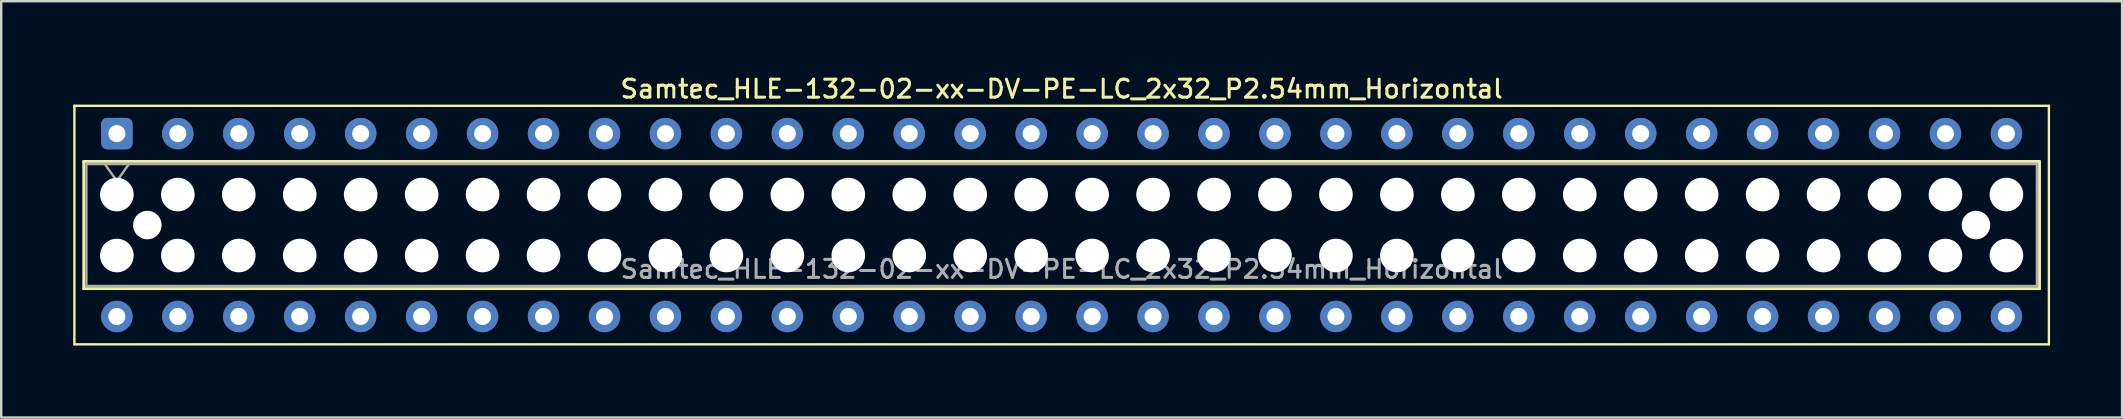
<source format=kicad_pcb>
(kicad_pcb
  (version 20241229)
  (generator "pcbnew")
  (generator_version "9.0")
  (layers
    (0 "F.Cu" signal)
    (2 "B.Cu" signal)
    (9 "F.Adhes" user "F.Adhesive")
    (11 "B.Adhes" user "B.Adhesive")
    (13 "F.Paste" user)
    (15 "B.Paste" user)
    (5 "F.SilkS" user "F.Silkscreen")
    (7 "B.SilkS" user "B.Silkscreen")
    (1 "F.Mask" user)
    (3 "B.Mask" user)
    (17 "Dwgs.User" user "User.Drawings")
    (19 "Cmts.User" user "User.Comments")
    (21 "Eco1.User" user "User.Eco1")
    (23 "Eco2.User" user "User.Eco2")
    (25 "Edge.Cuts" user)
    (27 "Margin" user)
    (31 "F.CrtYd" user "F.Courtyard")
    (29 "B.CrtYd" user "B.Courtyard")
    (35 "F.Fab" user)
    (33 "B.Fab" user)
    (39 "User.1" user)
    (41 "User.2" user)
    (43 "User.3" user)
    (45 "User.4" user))
  (footprint "Samtec_HLE-132-02-xx-DV-PE-LC_2x32_P2.54mm_Horizontal"
    (layer "F.Cu")
    (at 1.82 2.518)
    (property "Reference" "Samtec_HLE-132-02-xx-DV-PE-LC_2x32_P2.54mm_Horizontal" (at 39.37 -1.86 0) (layer "F.SilkS") (effects (font (size 0.75 0.75) (thickness 0.125))))
    (attr through_hole)
    (fp_line (start -1.77 -1.16) (end 80.51 -1.16) (stroke (width 0.1) (type solid)) (layer "F.SilkS"))
    (fp_line (start -1.77 8.78) (end -1.77 -1.16) (stroke (width 0.1) (type solid)) (layer "F.SilkS"))
    (fp_line (start -1.38 1.16) (end 80.12 1.16) (stroke (width 0.12) (type solid)) (layer "F.SilkS"))
    (fp_line (start -1.38 6.46) (end -1.38 1.16) (stroke (width 0.12) (type solid)) (layer "F.SilkS"))
    (fp_line (start 80.12 1.16) (end 80.12 6.46) (stroke (width 0.12) (type solid)) (layer "F.SilkS"))
    (fp_line (start 80.12 6.46) (end -1.38 6.46) (stroke (width 0.12) (type solid)) (layer "F.SilkS"))
    (fp_line (start 80.51 -1.16) (end 80.51 8.78) (stroke (width 0.1) (type solid)) (layer "F.SilkS"))
    (fp_line (start 80.51 8.78) (end -1.77 8.78) (stroke (width 0.1) (type solid)) (layer "F.SilkS"))
    (fp_line (start -1.27 1.27) (end 80.01 1.27) (stroke (width 0.1) (type solid)) (layer "F.Fab"))
    (fp_line (start -1.27 6.35) (end -1.27 1.27) (stroke (width 0.1) (type solid)) (layer "F.Fab"))
    (fp_line (start -0.5 1.27) (end 0 1.977) (stroke (width 0.1) (type solid)) (layer "F.Fab"))
    (fp_line (start 0 1.977) (end 0.5 1.27) (stroke (width 0.1) (type solid)) (layer "F.Fab"))
    (fp_line (start 80.01 1.27) (end 80.01 6.35) (stroke (width 0.1) (type solid)) (layer "F.Fab"))
    (fp_line (start 80.01 6.35) (end -1.27 6.35) (stroke (width 0.1) (type solid)) (layer "F.Fab"))
    (fp_text user "${REFERENCE}" (at 39.37 5.65 0) (layer "F.Fab") (effects (font (size 0.75 0.75) (thickness 0.125))))
    (pad "" np_thru_hole circle (at 0 2.54) (size 1.4 1.4) (drill 1.4) (layers "*.Cu" "*.Mask"))
    (pad "" np_thru_hole circle (at 0 5.08) (size 1.4 1.4) (drill 1.4) (layers "*.Cu" "*.Mask"))
    (pad "" np_thru_hole circle (at 1.27 3.81) (size 1.19 1.19) (drill 1.19) (layers "*.Cu" "*.Mask"))
    (pad "" np_thru_hole circle (at 2.54 2.54) (size 1.4 1.4) (drill 1.4) (layers "*.Cu" "*.Mask"))
    (pad "" np_thru_hole circle (at 2.54 5.08) (size 1.4 1.4) (drill 1.4) (layers "*.Cu" "*.Mask"))
    (pad "" np_thru_hole circle (at 5.08 2.54) (size 1.4 1.4) (drill 1.4) (layers "*.Cu" "*.Mask"))
    (pad "" np_thru_hole circle (at 5.08 5.08) (size 1.4 1.4) (drill 1.4) (layers "*.Cu" "*.Mask"))
    (pad "" np_thru_hole circle (at 7.62 2.54) (size 1.4 1.4) (drill 1.4) (layers "*.Cu" "*.Mask"))
    (pad "" np_thru_hole circle (at 7.62 5.08) (size 1.4 1.4) (drill 1.4) (layers "*.Cu" "*.Mask"))
    (pad "" np_thru_hole circle (at 10.16 2.54) (size 1.4 1.4) (drill 1.4) (layers "*.Cu" "*.Mask"))
    (pad "" np_thru_hole circle (at 10.16 5.08) (size 1.4 1.4) (drill 1.4) (layers "*.Cu" "*.Mask"))
    (pad "" np_thru_hole circle (at 12.7 2.54) (size 1.4 1.4) (drill 1.4) (layers "*.Cu" "*.Mask"))
    (pad "" np_thru_hole circle (at 12.7 5.08) (size 1.4 1.4) (drill 1.4) (layers "*.Cu" "*.Mask"))
    (pad "" np_thru_hole circle (at 15.24 2.54) (size 1.4 1.4) (drill 1.4) (layers "*.Cu" "*.Mask"))
    (pad "" np_thru_hole circle (at 15.24 5.08) (size 1.4 1.4) (drill 1.4) (layers "*.Cu" "*.Mask"))
    (pad "" np_thru_hole circle (at 17.78 2.54) (size 1.4 1.4) (drill 1.4) (layers "*.Cu" "*.Mask"))
    (pad "" np_thru_hole circle (at 17.78 5.08) (size 1.4 1.4) (drill 1.4) (layers "*.Cu" "*.Mask"))
    (pad "" np_thru_hole circle (at 20.32 2.54) (size 1.4 1.4) (drill 1.4) (layers "*.Cu" "*.Mask"))
    (pad "" np_thru_hole circle (at 20.32 5.08) (size 1.4 1.4) (drill 1.4) (layers "*.Cu" "*.Mask"))
    (pad "" np_thru_hole circle (at 22.86 2.54) (size 1.4 1.4) (drill 1.4) (layers "*.Cu" "*.Mask"))
    (pad "" np_thru_hole circle (at 22.86 5.08) (size 1.4 1.4) (drill 1.4) (layers "*.Cu" "*.Mask"))
    (pad "" np_thru_hole circle (at 25.4 2.54) (size 1.4 1.4) (drill 1.4) (layers "*.Cu" "*.Mask"))
    (pad "" np_thru_hole circle (at 25.4 5.08) (size 1.4 1.4) (drill 1.4) (layers "*.Cu" "*.Mask"))
    (pad "" np_thru_hole circle (at 27.94 2.54) (size 1.4 1.4) (drill 1.4) (layers "*.Cu" "*.Mask"))
    (pad "" np_thru_hole circle (at 27.94 5.08) (size 1.4 1.4) (drill 1.4) (layers "*.Cu" "*.Mask"))
    (pad "" np_thru_hole circle (at 30.48 2.54) (size 1.4 1.4) (drill 1.4) (layers "*.Cu" "*.Mask"))
    (pad "" np_thru_hole circle (at 30.48 5.08) (size 1.4 1.4) (drill 1.4) (layers "*.Cu" "*.Mask"))
    (pad "" np_thru_hole circle (at 33.02 2.54) (size 1.4 1.4) (drill 1.4) (layers "*.Cu" "*.Mask"))
    (pad "" np_thru_hole circle (at 33.02 5.08) (size 1.4 1.4) (drill 1.4) (layers "*.Cu" "*.Mask"))
    (pad "" np_thru_hole circle (at 35.56 2.54) (size 1.4 1.4) (drill 1.4) (layers "*.Cu" "*.Mask"))
    (pad "" np_thru_hole circle (at 35.56 5.08) (size 1.4 1.4) (drill 1.4) (layers "*.Cu" "*.Mask"))
    (pad "" np_thru_hole circle (at 38.1 2.54) (size 1.4 1.4) (drill 1.4) (layers "*.Cu" "*.Mask"))
    (pad "" np_thru_hole circle (at 38.1 5.08) (size 1.4 1.4) (drill 1.4) (layers "*.Cu" "*.Mask"))
    (pad "" np_thru_hole circle (at 40.64 2.54) (size 1.4 1.4) (drill 1.4) (layers "*.Cu" "*.Mask"))
    (pad "" np_thru_hole circle (at 40.64 5.08) (size 1.4 1.4) (drill 1.4) (layers "*.Cu" "*.Mask"))
    (pad "" np_thru_hole circle (at 43.18 2.54) (size 1.4 1.4) (drill 1.4) (layers "*.Cu" "*.Mask"))
    (pad "" np_thru_hole circle (at 43.18 5.08) (size 1.4 1.4) (drill 1.4) (layers "*.Cu" "*.Mask"))
    (pad "" np_thru_hole circle (at 45.72 2.54) (size 1.4 1.4) (drill 1.4) (layers "*.Cu" "*.Mask"))
    (pad "" np_thru_hole circle (at 45.72 5.08) (size 1.4 1.4) (drill 1.4) (layers "*.Cu" "*.Mask"))
    (pad "" np_thru_hole circle (at 48.26 2.54) (size 1.4 1.4) (drill 1.4) (layers "*.Cu" "*.Mask"))
    (pad "" np_thru_hole circle (at 48.26 5.08) (size 1.4 1.4) (drill 1.4) (layers "*.Cu" "*.Mask"))
    (pad "" np_thru_hole circle (at 50.8 2.54) (size 1.4 1.4) (drill 1.4) (layers "*.Cu" "*.Mask"))
    (pad "" np_thru_hole circle (at 50.8 5.08) (size 1.4 1.4) (drill 1.4) (layers "*.Cu" "*.Mask"))
    (pad "" np_thru_hole circle (at 53.34 2.54) (size 1.4 1.4) (drill 1.4) (layers "*.Cu" "*.Mask"))
    (pad "" np_thru_hole circle (at 53.34 5.08) (size 1.4 1.4) (drill 1.4) (layers "*.Cu" "*.Mask"))
    (pad "" np_thru_hole circle (at 55.88 2.54) (size 1.4 1.4) (drill 1.4) (layers "*.Cu" "*.Mask"))
    (pad "" np_thru_hole circle (at 55.88 5.08) (size 1.4 1.4) (drill 1.4) (layers "*.Cu" "*.Mask"))
    (pad "" np_thru_hole circle (at 58.42 2.54) (size 1.4 1.4) (drill 1.4) (layers "*.Cu" "*.Mask"))
    (pad "" np_thru_hole circle (at 58.42 5.08) (size 1.4 1.4) (drill 1.4) (layers "*.Cu" "*.Mask"))
    (pad "" np_thru_hole circle (at 60.96 2.54) (size 1.4 1.4) (drill 1.4) (layers "*.Cu" "*.Mask"))
    (pad "" np_thru_hole circle (at 60.96 5.08) (size 1.4 1.4) (drill 1.4) (layers "*.Cu" "*.Mask"))
    (pad "" np_thru_hole circle (at 63.5 2.54) (size 1.4 1.4) (drill 1.4) (layers "*.Cu" "*.Mask"))
    (pad "" np_thru_hole circle (at 63.5 5.08) (size 1.4 1.4) (drill 1.4) (layers "*.Cu" "*.Mask"))
    (pad "" np_thru_hole circle (at 66.04 2.54) (size 1.4 1.4) (drill 1.4) (layers "*.Cu" "*.Mask"))
    (pad "" np_thru_hole circle (at 66.04 5.08) (size 1.4 1.4) (drill 1.4) (layers "*.Cu" "*.Mask"))
    (pad "" np_thru_hole circle (at 68.58 2.54) (size 1.4 1.4) (drill 1.4) (layers "*.Cu" "*.Mask"))
    (pad "" np_thru_hole circle (at 68.58 5.08) (size 1.4 1.4) (drill 1.4) (layers "*.Cu" "*.Mask"))
    (pad "" np_thru_hole circle (at 71.12 2.54) (size 1.4 1.4) (drill 1.4) (layers "*.Cu" "*.Mask"))
    (pad "" np_thru_hole circle (at 71.12 5.08) (size 1.4 1.4) (drill 1.4) (layers "*.Cu" "*.Mask"))
    (pad "" np_thru_hole circle (at 73.66 2.54) (size 1.4 1.4) (drill 1.4) (layers "*.Cu" "*.Mask"))
    (pad "" np_thru_hole circle (at 73.66 5.08) (size 1.4 1.4) (drill 1.4) (layers "*.Cu" "*.Mask"))
    (pad "" np_thru_hole circle (at 76.2 2.54) (size 1.4 1.4) (drill 1.4) (layers "*.Cu" "*.Mask"))
    (pad "" np_thru_hole circle (at 76.2 5.08) (size 1.4 1.4) (drill 1.4) (layers "*.Cu" "*.Mask"))
    (pad "" np_thru_hole circle (at 77.47 3.81) (size 1.19 1.19) (drill 1.19) (layers "*.Cu" "*.Mask"))
    (pad "" np_thru_hole circle (at 78.74 2.54) (size 1.4 1.4) (drill 1.4) (layers "*.Cu" "*.Mask"))
    (pad "" np_thru_hole circle (at 78.74 5.08) (size 1.4 1.4) (drill 1.4) (layers "*.Cu" "*.Mask"))
    (pad "1" thru_hole roundrect (at 0 0) (size 1.31 1.31) (drill 0.71) (layers "*.Cu" "*.Mask") (roundrect_rratio 0.191))
    (pad "2" thru_hole circle (at 0 7.62) (size 1.31 1.31) (drill 0.71) (layers "*.Cu" "*.Mask"))
    (pad "3" thru_hole circle (at 2.54 0) (size 1.31 1.31) (drill 0.71) (layers "*.Cu" "*.Mask"))
    (pad "4" thru_hole circle (at 2.54 7.62) (size 1.31 1.31) (drill 0.71) (layers "*.Cu" "*.Mask"))
    (pad "5" thru_hole circle (at 5.08 0) (size 1.31 1.31) (drill 0.71) (layers "*.Cu" "*.Mask"))
    (pad "6" thru_hole circle (at 5.08 7.62) (size 1.31 1.31) (drill 0.71) (layers "*.Cu" "*.Mask"))
    (pad "7" thru_hole circle (at 7.62 0) (size 1.31 1.31) (drill 0.71) (layers "*.Cu" "*.Mask"))
    (pad "8" thru_hole circle (at 7.62 7.62) (size 1.31 1.31) (drill 0.71) (layers "*.Cu" "*.Mask"))
    (pad "9" thru_hole circle (at 10.16 0) (size 1.31 1.31) (drill 0.71) (layers "*.Cu" "*.Mask"))
    (pad "10" thru_hole circle (at 10.16 7.62) (size 1.31 1.31) (drill 0.71) (layers "*.Cu" "*.Mask"))
    (pad "11" thru_hole circle (at 12.7 0) (size 1.31 1.31) (drill 0.71) (layers "*.Cu" "*.Mask"))
    (pad "12" thru_hole circle (at 12.7 7.62) (size 1.31 1.31) (drill 0.71) (layers "*.Cu" "*.Mask"))
    (pad "13" thru_hole circle (at 15.24 0) (size 1.31 1.31) (drill 0.71) (layers "*.Cu" "*.Mask"))
    (pad "14" thru_hole circle (at 15.24 7.62) (size 1.31 1.31) (drill 0.71) (layers "*.Cu" "*.Mask"))
    (pad "15" thru_hole circle (at 17.78 0) (size 1.31 1.31) (drill 0.71) (layers "*.Cu" "*.Mask"))
    (pad "16" thru_hole circle (at 17.78 7.62) (size 1.31 1.31) (drill 0.71) (layers "*.Cu" "*.Mask"))
    (pad "17" thru_hole circle (at 20.32 0) (size 1.31 1.31) (drill 0.71) (layers "*.Cu" "*.Mask"))
    (pad "18" thru_hole circle (at 20.32 7.62) (size 1.31 1.31) (drill 0.71) (layers "*.Cu" "*.Mask"))
    (pad "19" thru_hole circle (at 22.86 0) (size 1.31 1.31) (drill 0.71) (layers "*.Cu" "*.Mask"))
    (pad "20" thru_hole circle (at 22.86 7.62) (size 1.31 1.31) (drill 0.71) (layers "*.Cu" "*.Mask"))
    (pad "21" thru_hole circle (at 25.4 0) (size 1.31 1.31) (drill 0.71) (layers "*.Cu" "*.Mask"))
    (pad "22" thru_hole circle (at 25.4 7.62) (size 1.31 1.31) (drill 0.71) (layers "*.Cu" "*.Mask"))
    (pad "23" thru_hole circle (at 27.94 0) (size 1.31 1.31) (drill 0.71) (layers "*.Cu" "*.Mask"))
    (pad "24" thru_hole circle (at 27.94 7.62) (size 1.31 1.31) (drill 0.71) (layers "*.Cu" "*.Mask"))
    (pad "25" thru_hole circle (at 30.48 0) (size 1.31 1.31) (drill 0.71) (layers "*.Cu" "*.Mask"))
    (pad "26" thru_hole circle (at 30.48 7.62) (size 1.31 1.31) (drill 0.71) (layers "*.Cu" "*.Mask"))
    (pad "27" thru_hole circle (at 33.02 0) (size 1.31 1.31) (drill 0.71) (layers "*.Cu" "*.Mask"))
    (pad "28" thru_hole circle (at 33.02 7.62) (size 1.31 1.31) (drill 0.71) (layers "*.Cu" "*.Mask"))
    (pad "29" thru_hole circle (at 35.56 0) (size 1.31 1.31) (drill 0.71) (layers "*.Cu" "*.Mask"))
    (pad "30" thru_hole circle (at 35.56 7.62) (size 1.31 1.31) (drill 0.71) (layers "*.Cu" "*.Mask"))
    (pad "31" thru_hole circle (at 38.1 0) (size 1.31 1.31) (drill 0.71) (layers "*.Cu" "*.Mask"))
    (pad "32" thru_hole circle (at 38.1 7.62) (size 1.31 1.31) (drill 0.71) (layers "*.Cu" "*.Mask"))
    (pad "33" thru_hole circle (at 40.64 0) (size 1.31 1.31) (drill 0.71) (layers "*.Cu" "*.Mask"))
    (pad "34" thru_hole circle (at 40.64 7.62) (size 1.31 1.31) (drill 0.71) (layers "*.Cu" "*.Mask"))
    (pad "35" thru_hole circle (at 43.18 0) (size 1.31 1.31) (drill 0.71) (layers "*.Cu" "*.Mask"))
    (pad "36" thru_hole circle (at 43.18 7.62) (size 1.31 1.31) (drill 0.71) (layers "*.Cu" "*.Mask"))
    (pad "37" thru_hole circle (at 45.72 0) (size 1.31 1.31) (drill 0.71) (layers "*.Cu" "*.Mask"))
    (pad "38" thru_hole circle (at 45.72 7.62) (size 1.31 1.31) (drill 0.71) (layers "*.Cu" "*.Mask"))
    (pad "39" thru_hole circle (at 48.26 0) (size 1.31 1.31) (drill 0.71) (layers "*.Cu" "*.Mask"))
    (pad "40" thru_hole circle (at 48.26 7.62) (size 1.31 1.31) (drill 0.71) (layers "*.Cu" "*.Mask"))
    (pad "41" thru_hole circle (at 50.8 0) (size 1.31 1.31) (drill 0.71) (layers "*.Cu" "*.Mask"))
    (pad "42" thru_hole circle (at 50.8 7.62) (size 1.31 1.31) (drill 0.71) (layers "*.Cu" "*.Mask"))
    (pad "43" thru_hole circle (at 53.34 0) (size 1.31 1.31) (drill 0.71) (layers "*.Cu" "*.Mask"))
    (pad "44" thru_hole circle (at 53.34 7.62) (size 1.31 1.31) (drill 0.71) (layers "*.Cu" "*.Mask"))
    (pad "45" thru_hole circle (at 55.88 0) (size 1.31 1.31) (drill 0.71) (layers "*.Cu" "*.Mask"))
    (pad "46" thru_hole circle (at 55.88 7.62) (size 1.31 1.31) (drill 0.71) (layers "*.Cu" "*.Mask"))
    (pad "47" thru_hole circle (at 58.42 0) (size 1.31 1.31) (drill 0.71) (layers "*.Cu" "*.Mask"))
    (pad "48" thru_hole circle (at 58.42 7.62) (size 1.31 1.31) (drill 0.71) (layers "*.Cu" "*.Mask"))
    (pad "49" thru_hole circle (at 60.96 0) (size 1.31 1.31) (drill 0.71) (layers "*.Cu" "*.Mask"))
    (pad "50" thru_hole circle (at 60.96 7.62) (size 1.31 1.31) (drill 0.71) (layers "*.Cu" "*.Mask"))
    (pad "51" thru_hole circle (at 63.5 0) (size 1.31 1.31) (drill 0.71) (layers "*.Cu" "*.Mask"))
    (pad "52" thru_hole circle (at 63.5 7.62) (size 1.31 1.31) (drill 0.71) (layers "*.Cu" "*.Mask"))
    (pad "53" thru_hole circle (at 66.04 0) (size 1.31 1.31) (drill 0.71) (layers "*.Cu" "*.Mask"))
    (pad "54" thru_hole circle (at 66.04 7.62) (size 1.31 1.31) (drill 0.71) (layers "*.Cu" "*.Mask"))
    (pad "55" thru_hole circle (at 68.58 0) (size 1.31 1.31) (drill 0.71) (layers "*.Cu" "*.Mask"))
    (pad "56" thru_hole circle (at 68.58 7.62) (size 1.31 1.31) (drill 0.71) (layers "*.Cu" "*.Mask"))
    (pad "57" thru_hole circle (at 71.12 0) (size 1.31 1.31) (drill 0.71) (layers "*.Cu" "*.Mask"))
    (pad "58" thru_hole circle (at 71.12 7.62) (size 1.31 1.31) (drill 0.71) (layers "*.Cu" "*.Mask"))
    (pad "59" thru_hole circle (at 73.66 0) (size 1.31 1.31) (drill 0.71) (layers "*.Cu" "*.Mask"))
    (pad "60" thru_hole circle (at 73.66 7.62) (size 1.31 1.31) (drill 0.71) (layers "*.Cu" "*.Mask"))
    (pad "61" thru_hole circle (at 76.2 0) (size 1.31 1.31) (drill 0.71) (layers "*.Cu" "*.Mask"))
    (pad "62" thru_hole circle (at 76.2 7.62) (size 1.31 1.31) (drill 0.71) (layers "*.Cu" "*.Mask"))
    (pad "63" thru_hole circle (at 78.74 0) (size 1.31 1.31) (drill 0.71) (layers "*.Cu" "*.Mask"))
    (pad "64" thru_hole circle (at 78.74 7.62) (size 1.31 1.31) (drill 0.71) (layers "*.Cu" "*.Mask")))
  (gr_rect
    (start -3 -3)
    (end 85.38 14.348)
    (stroke (width 0.1) (type default))
    (fill no)
    (layer "Edge.Cuts")))
</source>
